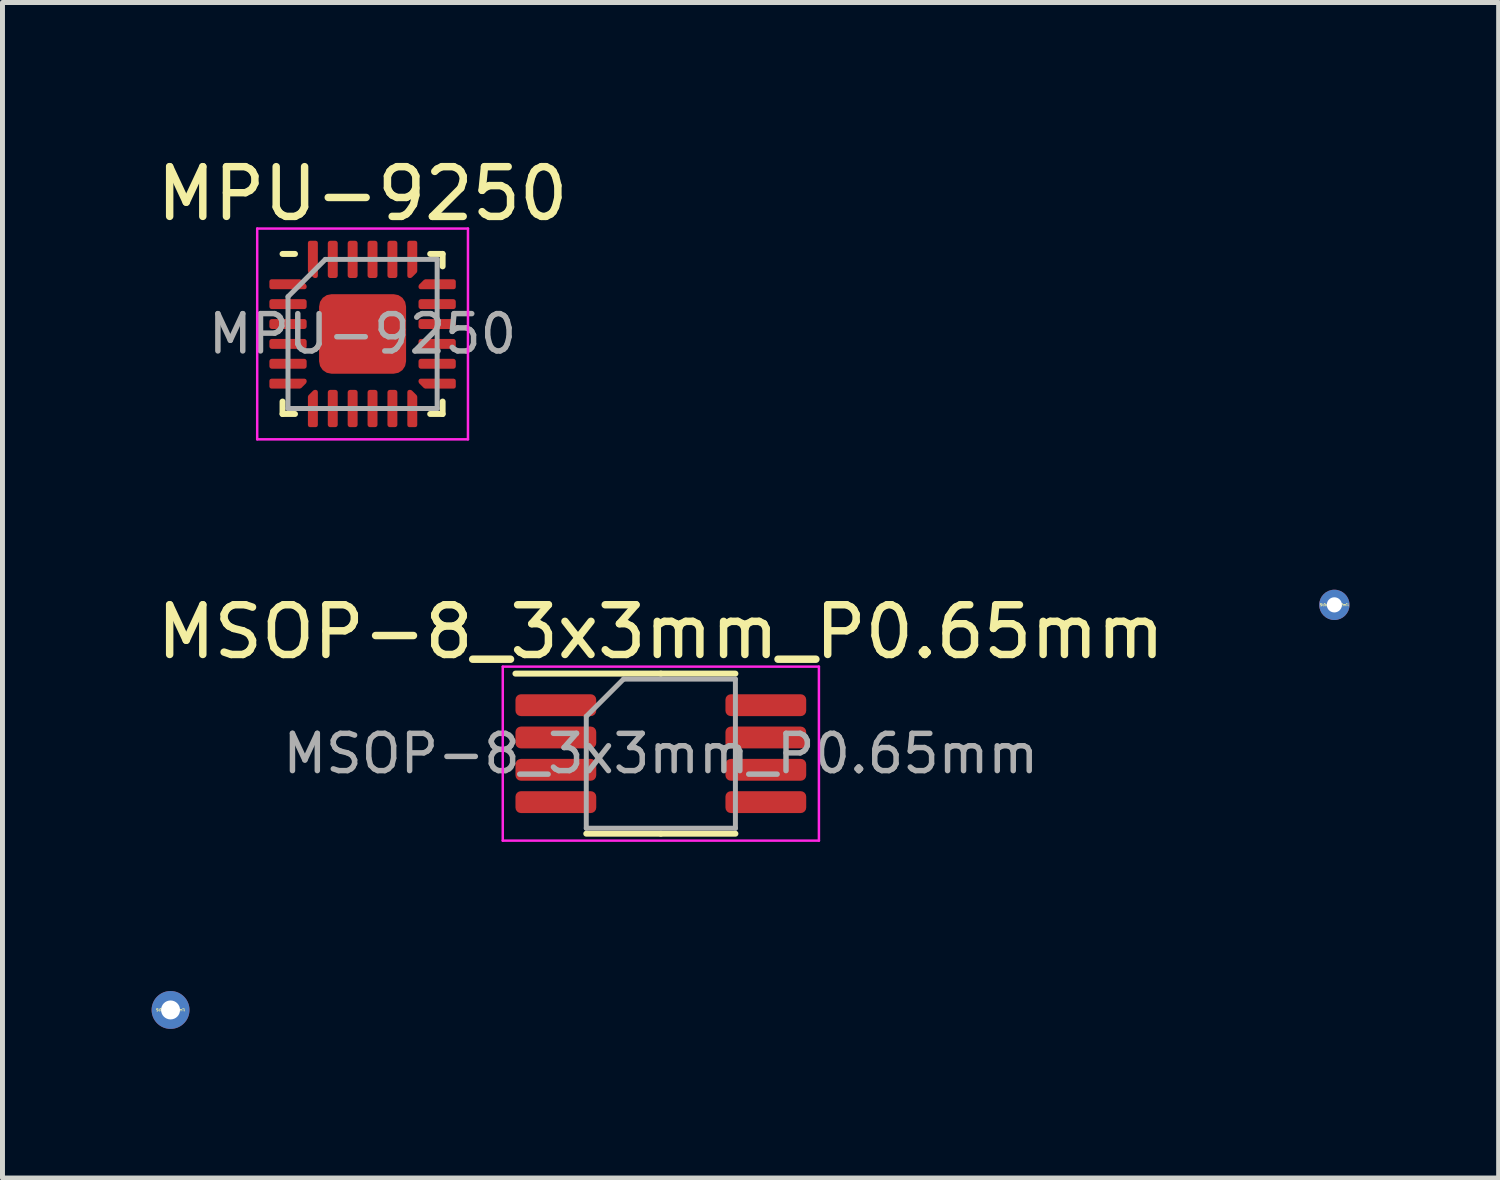
<source format=kicad_pcb>
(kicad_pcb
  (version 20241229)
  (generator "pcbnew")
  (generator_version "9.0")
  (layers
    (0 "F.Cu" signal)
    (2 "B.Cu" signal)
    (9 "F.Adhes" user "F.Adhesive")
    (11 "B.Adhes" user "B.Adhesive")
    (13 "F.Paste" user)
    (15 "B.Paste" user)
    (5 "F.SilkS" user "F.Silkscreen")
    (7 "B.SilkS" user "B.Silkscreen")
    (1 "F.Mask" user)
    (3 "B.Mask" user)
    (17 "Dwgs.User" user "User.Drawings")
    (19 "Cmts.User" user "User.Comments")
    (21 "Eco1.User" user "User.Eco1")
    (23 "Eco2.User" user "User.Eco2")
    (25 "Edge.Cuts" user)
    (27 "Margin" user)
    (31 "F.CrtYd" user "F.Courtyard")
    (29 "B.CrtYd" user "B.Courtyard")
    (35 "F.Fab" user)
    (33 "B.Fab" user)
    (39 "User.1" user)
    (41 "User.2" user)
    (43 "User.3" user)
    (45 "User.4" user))
  (footprint "MSOP-8_3x3mm_P0.65mm"
    (layer "F.Cu")
    (at 10.244 12.111)
    (property "Reference" "MSOP-8_3x3mm_P0.65mm" (at 0 -2.45 0) (layer "F.SilkS") (effects (font (size 1 1) (thickness 0.15))))
    (attr smd)
    (fp_line (start 0 -1.61) (end -2.925 -1.61) (stroke (width 0.12) (type solid)) (layer "F.SilkS"))
    (fp_line (start 0 -1.61) (end 1.5 -1.61) (stroke (width 0.12) (type solid)) (layer "F.SilkS"))
    (fp_line (start 0 1.61) (end -1.5 1.61) (stroke (width 0.12) (type solid)) (layer "F.SilkS"))
    (fp_line (start 0 1.61) (end 1.5 1.61) (stroke (width 0.12) (type solid)) (layer "F.SilkS"))
    (fp_line (start -3.18 -1.75) (end -3.18 1.75) (stroke (width 0.05) (type solid)) (layer "F.CrtYd"))
    (fp_line (start -3.18 1.75) (end 3.18 1.75) (stroke (width 0.05) (type solid)) (layer "F.CrtYd"))
    (fp_line (start 3.18 -1.75) (end -3.18 -1.75) (stroke (width 0.05) (type solid)) (layer "F.CrtYd"))
    (fp_line (start 3.18 1.75) (end 3.18 -1.75) (stroke (width 0.05) (type solid)) (layer "F.CrtYd"))
    (fp_line (start -1.5 -0.75) (end -0.75 -1.5) (stroke (width 0.1) (type solid)) (layer "F.Fab"))
    (fp_line (start -1.5 1.5) (end -1.5 -0.75) (stroke (width 0.1) (type solid)) (layer "F.Fab"))
    (fp_line (start -0.75 -1.5) (end 1.5 -1.5) (stroke (width 0.1) (type solid)) (layer "F.Fab"))
    (fp_line (start 1.5 -1.5) (end 1.5 1.5) (stroke (width 0.1) (type solid)) (layer "F.Fab"))
    (fp_line (start 1.5 1.5) (end -1.5 1.5) (stroke (width 0.1) (type solid)) (layer "F.Fab"))
    (fp_text user "${REFERENCE}" (at 0 0 0) (layer "F.Fab") (effects (font (size 0.75 0.75) (thickness 0.11))))
    (pad "1" smd roundrect (at -2.112 -0.975) (size 1.625 0.44) (layers "F.Cu" "F.Mask" "F.Paste") (roundrect_rratio 0.25))
    (pad "2" smd roundrect (at -2.112 -0.325) (size 1.625 0.44) (layers "F.Cu" "F.Mask" "F.Paste") (roundrect_rratio 0.25))
    (pad "3" smd roundrect (at -2.112 0.325) (size 1.625 0.44) (layers "F.Cu" "F.Mask" "F.Paste") (roundrect_rratio 0.25))
    (pad "4" smd roundrect (at -2.112 0.975) (size 1.625 0.44) (layers "F.Cu" "F.Mask" "F.Paste") (roundrect_rratio 0.25))
    (pad "5" smd roundrect (at 2.112 0.975) (size 1.625 0.44) (layers "F.Cu" "F.Mask" "F.Paste") (roundrect_rratio 0.25))
    (pad "6" smd roundrect (at 2.112 0.325) (size 1.625 0.44) (layers "F.Cu" "F.Mask" "F.Paste") (roundrect_rratio 0.25))
    (pad "7" smd roundrect (at 2.112 -0.325) (size 1.625 0.44) (layers "F.Cu" "F.Mask" "F.Paste") (roundrect_rratio 0.25))
    (pad "8" smd roundrect (at 2.112 -0.975) (size 1.625 0.44) (layers "F.Cu" "F.Mask" "F.Paste") (roundrect_rratio 0.25)))
  (footprint "MPU-9250"
    (layer "F.Cu")
    (at 4.244 3.668)
    (property "Reference" "MPU-9250" (at 0 -2.82 0) (layer "F.SilkS") (effects (font (size 1 1) (thickness 0.15))))
    (attr smd)
    (fp_line (start -1.61 1.61) (end -1.61 1.36) (stroke (width 0.12) (type solid)) (layer "F.SilkS"))
    (fp_line (start -1.36 -1.61) (end -1.61 -1.61) (stroke (width 0.12) (type solid)) (layer "F.SilkS"))
    (fp_line (start -1.36 1.61) (end -1.61 1.61) (stroke (width 0.12) (type solid)) (layer "F.SilkS"))
    (fp_line (start 1.36 -1.61) (end 1.61 -1.61) (stroke (width 0.12) (type solid)) (layer "F.SilkS"))
    (fp_line (start 1.36 1.61) (end 1.61 1.61) (stroke (width 0.12) (type solid)) (layer "F.SilkS"))
    (fp_line (start 1.61 -1.61) (end 1.61 -1.36) (stroke (width 0.12) (type solid)) (layer "F.SilkS"))
    (fp_line (start 1.61 1.61) (end 1.61 1.36) (stroke (width 0.12) (type solid)) (layer "F.SilkS"))
    (fp_line (start -2.12 -2.12) (end -2.12 2.12) (stroke (width 0.05) (type solid)) (layer "F.CrtYd"))
    (fp_line (start -2.12 2.12) (end 2.12 2.12) (stroke (width 0.05) (type solid)) (layer "F.CrtYd"))
    (fp_line (start 2.12 -2.12) (end -2.12 -2.12) (stroke (width 0.05) (type solid)) (layer "F.CrtYd"))
    (fp_line (start 2.12 2.12) (end 2.12 -2.12) (stroke (width 0.05) (type solid)) (layer "F.CrtYd"))
    (fp_line (start -1.5 -0.75) (end -0.75 -1.5) (stroke (width 0.1) (type solid)) (layer "F.Fab"))
    (fp_line (start -1.5 1.5) (end -1.5 -0.75) (stroke (width 0.1) (type solid)) (layer "F.Fab"))
    (fp_line (start -0.75 -1.5) (end 1.5 -1.5) (stroke (width 0.1) (type solid)) (layer "F.Fab"))
    (fp_line (start 1.5 -1.5) (end 1.5 1.5) (stroke (width 0.1) (type solid)) (layer "F.Fab"))
    (fp_line (start 1.5 1.5) (end -1.5 1.5) (stroke (width 0.1) (type solid)) (layer "F.Fab"))
    (fp_text user "${REFERENCE}" (at 0 0 0) (layer "F.Fab") (effects (font (size 0.75 0.75) (thickness 0.11))))
    (pad "" smd roundrect (at -0.44 -0.4) (size 0.71 0.64) (layers "F.Paste") (roundrect_rratio 0.25))
    (pad "" smd roundrect (at -0.44 0.4) (size 0.71 0.64) (layers "F.Paste") (roundrect_rratio 0.25))
    (pad "" smd roundrect (at 0.44 -0.4) (size 0.71 0.64) (layers "F.Paste") (roundrect_rratio 0.25))
    (pad "" smd roundrect (at 0.44 0.4) (size 0.71 0.64) (layers "F.Paste") (roundrect_rratio 0.25))
    (pad "1" smd custom (at -1.5 -1) (size 0.115 0.115) (layers "F.Cu" "F.Mask" "F.Paste") (options (anchor circle)) (primitives (gr_poly (pts (xy -0.335 -0.06) (xy 0.238 -0.06) (xy 0.335 0.037) (xy 0.335 0.06) (xy -0.335 0.06)) (width 0.08) (fill yes))))
    (pad "2" smd roundrect (at -1.5 -0.6) (size 0.75 0.2) (layers "F.Cu" "F.Mask" "F.Paste") (roundrect_rratio 0.25))
    (pad "3" smd roundrect (at -1.5 -0.2) (size 0.75 0.2) (layers "F.Cu" "F.Mask" "F.Paste") (roundrect_rratio 0.25))
    (pad "4" smd roundrect (at -1.5 0.2) (size 0.75 0.2) (layers "F.Cu" "F.Mask" "F.Paste") (roundrect_rratio 0.25))
    (pad "5" smd roundrect (at -1.5 0.6) (size 0.75 0.2) (layers "F.Cu" "F.Mask" "F.Paste") (roundrect_rratio 0.25))
    (pad "6" smd custom (at -1.5 1) (size 0.115 0.115) (layers "F.Cu" "F.Mask" "F.Paste") (options (anchor circle)) (primitives (gr_poly (pts (xy -0.335 -0.06) (xy 0.335 -0.06) (xy 0.335 -0.037) (xy 0.238 0.06) (xy -0.335 0.06)) (width 0.08) (fill yes))))
    (pad "7" smd custom (at -1 1.5) (size 0.115 0.115) (layers "F.Cu" "F.Mask" "F.Paste") (options (anchor circle)) (primitives (gr_poly (pts (xy -0.06 -0.238) (xy 0.037 -0.335) (xy 0.06 -0.335) (xy 0.06 0.335) (xy -0.06 0.335)) (width 0.08) (fill yes))))
    (pad "8" smd roundrect (at -0.6 1.5) (size 0.2 0.75) (layers "F.Cu" "F.Mask" "F.Paste") (roundrect_rratio 0.25))
    (pad "9" smd roundrect (at -0.2 1.5) (size 0.2 0.75) (layers "F.Cu" "F.Mask" "F.Paste") (roundrect_rratio 0.25))
    (pad "10" smd roundrect (at 0.2 1.5) (size 0.2 0.75) (layers "F.Cu" "F.Mask" "F.Paste") (roundrect_rratio 0.25))
    (pad "11" smd roundrect (at 0.6 1.5) (size 0.2 0.75) (layers "F.Cu" "F.Mask" "F.Paste") (roundrect_rratio 0.25))
    (pad "12" smd custom (at 1 1.5) (size 0.115 0.115) (layers "F.Cu" "F.Mask" "F.Paste") (options (anchor circle)) (primitives (gr_poly (pts (xy -0.06 -0.335) (xy -0.037 -0.335) (xy 0.06 -0.238) (xy 0.06 0.335) (xy -0.06 0.335)) (width 0.08) (fill yes))))
    (pad "13" smd custom (at 1.5 1) (size 0.115 0.115) (layers "F.Cu" "F.Mask" "F.Paste") (options (anchor circle)) (primitives (gr_poly (pts (xy -0.335 -0.06) (xy 0.335 -0.06) (xy 0.335 0.06) (xy -0.238 0.06) (xy -0.335 -0.037)) (width 0.08) (fill yes))))
    (pad "14" smd roundrect (at 1.5 0.6) (size 0.75 0.2) (layers "F.Cu" "F.Mask" "F.Paste") (roundrect_rratio 0.25))
    (pad "15" smd roundrect (at 1.5 0.2) (size 0.75 0.2) (layers "F.Cu" "F.Mask" "F.Paste") (roundrect_rratio 0.25))
    (pad "16" smd roundrect (at 1.5 -0.2) (size 0.75 0.2) (layers "F.Cu" "F.Mask" "F.Paste") (roundrect_rratio 0.25))
    (pad "17" smd roundrect (at 1.5 -0.6) (size 0.75 0.2) (layers "F.Cu" "F.Mask" "F.Paste") (roundrect_rratio 0.25))
    (pad "18" smd custom (at 1.5 -1) (size 0.115 0.115) (layers "F.Cu" "F.Mask" "F.Paste") (options (anchor circle)) (primitives (gr_poly (pts (xy -0.335 0.037) (xy -0.238 -0.06) (xy 0.335 -0.06) (xy 0.335 0.06) (xy -0.335 0.06)) (width 0.08) (fill yes))))
    (pad "19" smd custom (at 1 -1.5) (size 0.115 0.115) (layers "F.Cu" "F.Mask" "F.Paste") (options (anchor circle)) (primitives (gr_poly (pts (xy -0.06 -0.335) (xy 0.06 -0.335) (xy 0.06 0.238) (xy -0.037 0.335) (xy -0.06 0.335)) (width 0.08) (fill yes))))
    (pad "20" smd roundrect (at 0.6 -1.5) (size 0.2 0.75) (layers "F.Cu" "F.Mask" "F.Paste") (roundrect_rratio 0.25))
    (pad "21" smd roundrect (at 0.2 -1.5) (size 0.2 0.75) (layers "F.Cu" "F.Mask" "F.Paste") (roundrect_rratio 0.25))
    (pad "22" smd roundrect (at -0.2 -1.5) (size 0.2 0.75) (layers "F.Cu" "F.Mask" "F.Paste") (roundrect_rratio 0.25))
    (pad "23" smd roundrect (at -0.6 -1.5) (size 0.2 0.75) (layers "F.Cu" "F.Mask" "F.Paste") (roundrect_rratio 0.25))
    (pad "24" smd custom (at -1 -1.5) (size 0.115 0.115) (layers "F.Cu" "F.Mask" "F.Paste") (options (anchor circle)) (primitives (gr_poly (pts (xy -0.06 -0.335) (xy 0.06 -0.335) (xy 0.06 0.335) (xy 0.037 0.335) (xy -0.06 0.238)) (width 0.08) (fill yes))))
    (pad "25" smd roundrect (at 0 0) (size 1.75 1.6) (layers "F.Cu" "F.Mask") (roundrect_rratio 0.156)))
  (footprint "StitchVia_12mil"
    (layer "F.Cu")
    (at 23.793 9.118)
    (property "Reference" "StitchVia_12mil" (at 0 0 0) (layer "F.SilkS") (effects (font (size 0.05 0.05) (thickness 0.01))))
    (attr through_hole)
    (pad "1" thru_hole circle (at 0 0) (size 0.61 0.61) (drill 0.305) (layers "*.Cu")))
  (footprint "StitchVia_15mil"
    (layer "F.Cu")
    (at 0.381 17.267)
    (property "Reference" "StitchVia_15mil" (at 0 0 0) (layer "F.SilkS") (effects (font (size 0.05 0.05) (thickness 0.01))))
    (attr through_hole)
    (pad "1" thru_hole circle (at 0 0) (size 0.762 0.762) (drill 0.381) (layers "*.Cu")))
  (gr_rect
    (start -3 -3)
    (end 27.098 20.648)
    (stroke (width 0.1) (type default))
    (fill no)
    (layer "Edge.Cuts")))
</source>
